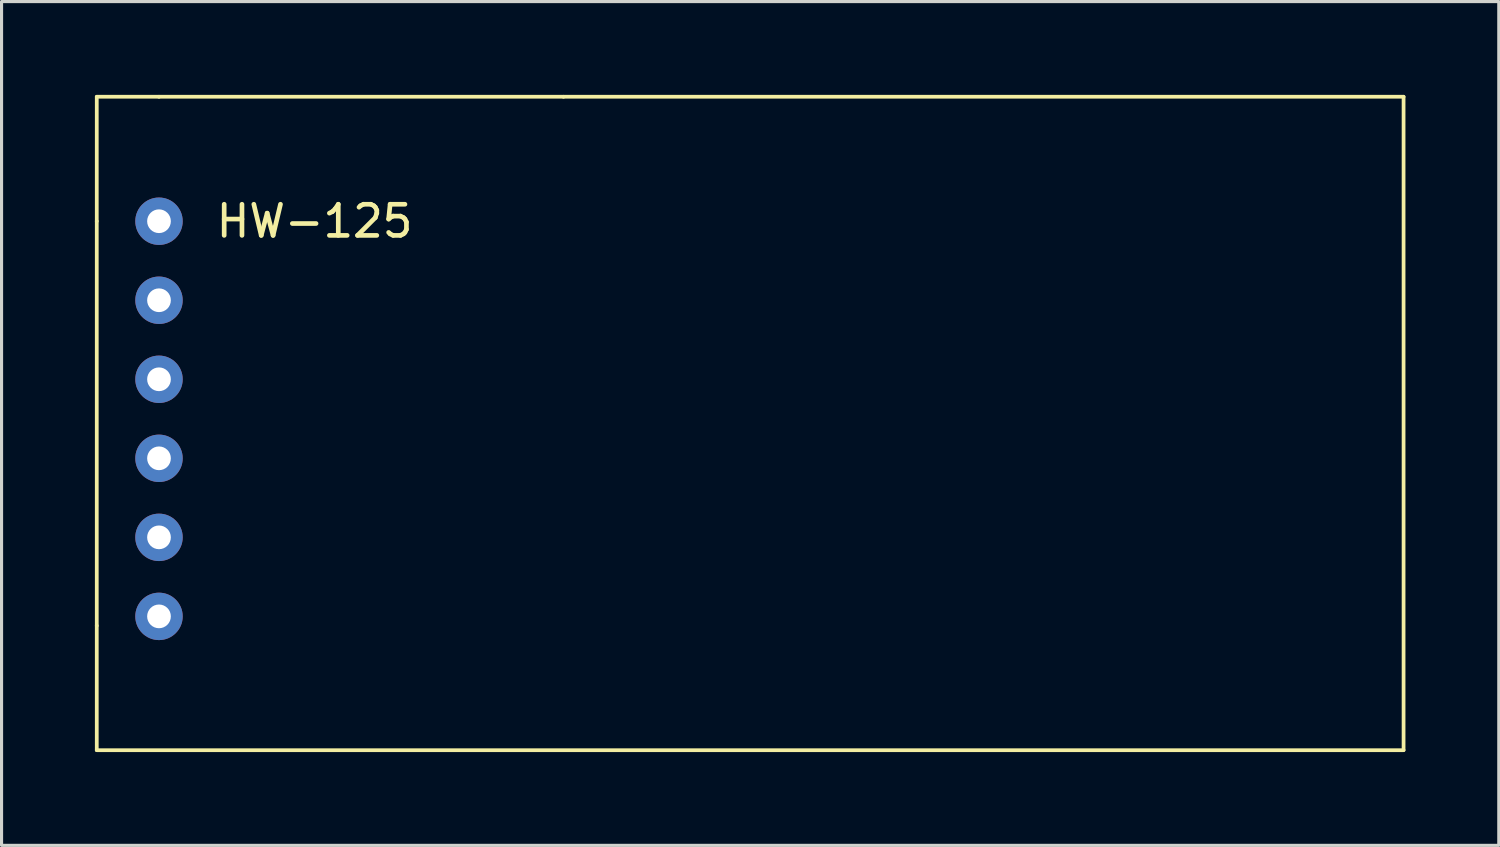
<source format=kicad_pcb>
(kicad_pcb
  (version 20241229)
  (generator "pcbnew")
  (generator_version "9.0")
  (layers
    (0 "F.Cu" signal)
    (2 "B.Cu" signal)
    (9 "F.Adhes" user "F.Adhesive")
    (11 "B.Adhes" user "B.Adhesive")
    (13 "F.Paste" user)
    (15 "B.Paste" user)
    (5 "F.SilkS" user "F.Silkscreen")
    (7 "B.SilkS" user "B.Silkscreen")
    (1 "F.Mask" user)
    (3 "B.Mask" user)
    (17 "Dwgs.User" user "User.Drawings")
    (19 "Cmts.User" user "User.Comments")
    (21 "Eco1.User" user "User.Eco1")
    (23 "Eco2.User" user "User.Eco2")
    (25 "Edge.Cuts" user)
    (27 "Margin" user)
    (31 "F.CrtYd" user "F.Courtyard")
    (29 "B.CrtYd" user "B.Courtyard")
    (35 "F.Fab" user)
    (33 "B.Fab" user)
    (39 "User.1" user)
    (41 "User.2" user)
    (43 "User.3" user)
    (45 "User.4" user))
  (footprint "HW-125"
    (layer "F.Cu")
    (at 2.06 4.06)
    (property "Reference" "HW-125" (at 5 0 0) (layer "F.SilkS") (effects (font (size 1 1) (thickness 0.15))))
    (attr through_hole)
    (fp_line (start -2 -4) (end -2 0) (stroke (width 0.12) (type solid)) (layer "F.SilkS"))
    (fp_line (start -2 0) (end -2 13) (stroke (width 0.12) (type solid)) (layer "F.SilkS"))
    (fp_line (start -2 13) (end -2 17) (stroke (width 0.12) (type solid)) (layer "F.SilkS"))
    (fp_line (start -2 17) (end 40 17) (stroke (width 0.12) (type solid)) (layer "F.SilkS"))
    (fp_line (start 0 -4) (end -2 -4) (stroke (width 0.12) (type solid)) (layer "F.SilkS"))
    (fp_line (start 0 -4) (end 13 -4) (stroke (width 0.12) (type solid)) (layer "F.SilkS"))
    (fp_line (start 40 -4) (end 13 -4) (stroke (width 0.12) (type solid)) (layer "F.SilkS"))
    (fp_line (start 40 17) (end 40 -4) (stroke (width 0.12) (type solid)) (layer "F.SilkS"))
    (pad "1" thru_hole circle (at 0 0) (size 1.524 1.524) (drill 0.762) (layers "*.Cu" "*.Mask"))
    (pad "2" thru_hole circle (at 0 2.54) (size 1.524 1.524) (drill 0.762) (layers "*.Cu" "*.Mask"))
    (pad "3" thru_hole circle (at 0 5.08) (size 1.524 1.524) (drill 0.762) (layers "*.Cu" "*.Mask"))
    (pad "4" thru_hole circle (at 0 7.62) (size 1.524 1.524) (drill 0.762) (layers "*.Cu" "*.Mask"))
    (pad "5" thru_hole circle (at 0 10.16) (size 1.524 1.524) (drill 0.762) (layers "*.Cu" "*.Mask"))
    (pad "6" thru_hole circle (at 0 12.7) (size 1.524 1.524) (drill 0.762) (layers "*.Cu" "*.Mask")))
  (gr_rect
    (start -3 -3)
    (end 45.12 24.12)
    (stroke (width 0.1) (type default))
    (fill no)
    (layer "Edge.Cuts")))
</source>
